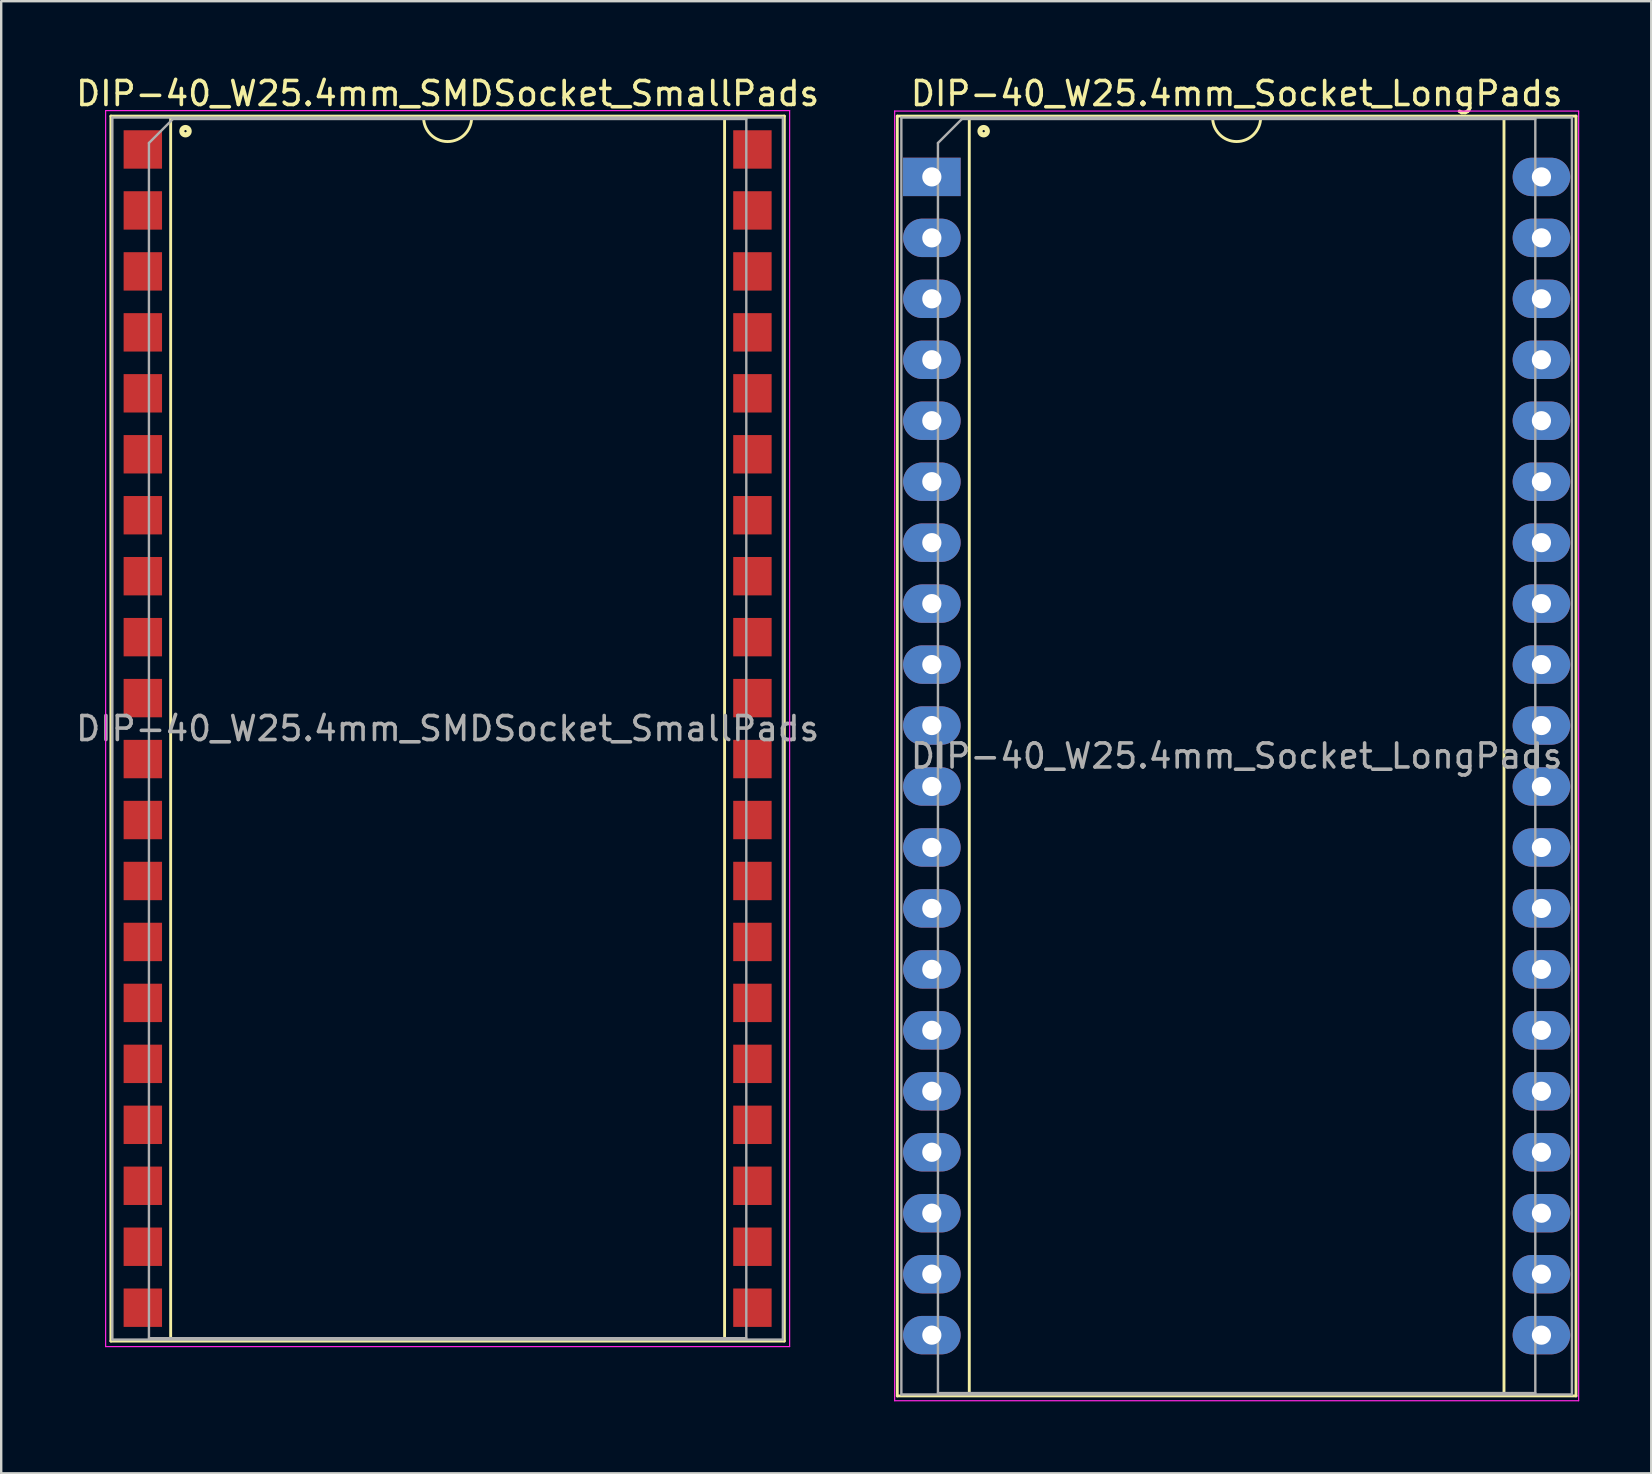
<source format=kicad_pcb>
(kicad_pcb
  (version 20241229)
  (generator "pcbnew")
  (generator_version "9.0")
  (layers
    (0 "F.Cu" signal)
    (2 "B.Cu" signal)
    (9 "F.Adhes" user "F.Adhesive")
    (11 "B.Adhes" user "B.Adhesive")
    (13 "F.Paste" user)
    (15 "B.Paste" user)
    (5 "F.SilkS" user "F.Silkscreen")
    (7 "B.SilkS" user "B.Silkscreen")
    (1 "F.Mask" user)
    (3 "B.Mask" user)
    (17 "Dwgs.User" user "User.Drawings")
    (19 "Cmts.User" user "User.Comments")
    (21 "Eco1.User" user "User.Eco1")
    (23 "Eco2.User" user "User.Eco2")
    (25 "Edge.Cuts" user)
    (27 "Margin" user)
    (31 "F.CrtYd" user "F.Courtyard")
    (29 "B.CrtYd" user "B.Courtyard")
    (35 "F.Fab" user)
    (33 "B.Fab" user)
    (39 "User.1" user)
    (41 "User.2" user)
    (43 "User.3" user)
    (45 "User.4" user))
  (footprint "DIP-40_W25.4mm_SMDSocket_SmallPads"
    (layer "F.Cu")
    (at 15.601 27.308)
    (property "Reference" "DIP-40_W25.4mm_SMDSocket_SmallPads" (at 0 -26.46 0) (layer "F.SilkS") (effects (font (size 1 1) (thickness 0.15))))
    (attr smd)
    (fp_line (start -14.03 -25.52) (end -14.03 25.52) (stroke (width 0.12) (type solid)) (layer "F.SilkS"))
    (fp_line (start -14.03 25.52) (end 14.03 25.52) (stroke (width 0.12) (type solid)) (layer "F.SilkS"))
    (fp_line (start -11.54 -25.46) (end -11.54 25.46) (stroke (width 0.12) (type solid)) (layer "F.SilkS"))
    (fp_line (start -11.54 25.46) (end 11.54 25.46) (stroke (width 0.12) (type solid)) (layer "F.SilkS"))
    (fp_line (start -1 -25.46) (end -11.54 -25.46) (stroke (width 0.12) (type solid)) (layer "F.SilkS"))
    (fp_line (start 11.54 -25.46) (end 1 -25.46) (stroke (width 0.12) (type solid)) (layer "F.SilkS"))
    (fp_line (start 11.54 25.46) (end 11.54 -25.46) (stroke (width 0.12) (type solid)) (layer "F.SilkS"))
    (fp_line (start 14.03 -25.52) (end -14.03 -25.52) (stroke (width 0.12) (type solid)) (layer "F.SilkS"))
    (fp_line (start 14.03 25.52) (end 14.03 -25.52) (stroke (width 0.12) (type solid)) (layer "F.SilkS"))
    (fp_arc (start 1 -25.46) (mid 0 -24.46) (end -1 -25.46) (stroke (width 0.12) (type solid)) (layer "F.SilkS"))
    (fp_circle (center -10.922 -24.892) (end -10.872 -24.892) (stroke (width 0.12) (type solid)) (fill no) (layer "F.SilkS"))
    (fp_circle (center -10.922 -24.892) (end -10.797 -24.892) (stroke (width 0.12) (type solid)) (fill no) (layer "F.SilkS"))
    (fp_circle (center -10.922 -24.892) (end -10.722 -24.892) (stroke (width 0.12) (type solid)) (fill no) (layer "F.SilkS"))
    (fp_line (start -14.25 -25.75) (end -14.25 25.75) (stroke (width 0.05) (type solid)) (layer "F.CrtYd"))
    (fp_line (start -14.25 25.75) (end 14.25 25.75) (stroke (width 0.05) (type solid)) (layer "F.CrtYd"))
    (fp_line (start 14.25 -25.75) (end -14.25 -25.75) (stroke (width 0.05) (type solid)) (layer "F.CrtYd"))
    (fp_line (start 14.25 25.75) (end 14.25 -25.75) (stroke (width 0.05) (type solid)) (layer "F.CrtYd"))
    (fp_line (start -13.97 -25.46) (end -13.97 25.46) (stroke (width 0.1) (type solid)) (layer "F.Fab"))
    (fp_line (start -13.97 25.46) (end 13.97 25.46) (stroke (width 0.1) (type solid)) (layer "F.Fab"))
    (fp_line (start -12.445 -24.4) (end -11.445 -25.4) (stroke (width 0.1) (type solid)) (layer "F.Fab"))
    (fp_line (start -12.445 25.4) (end -12.445 -24.4) (stroke (width 0.1) (type solid)) (layer "F.Fab"))
    (fp_line (start -11.445 -25.4) (end 12.445 -25.4) (stroke (width 0.1) (type solid)) (layer "F.Fab"))
    (fp_line (start 12.445 -25.4) (end 12.445 25.4) (stroke (width 0.1) (type solid)) (layer "F.Fab"))
    (fp_line (start 12.445 25.4) (end -12.445 25.4) (stroke (width 0.1) (type solid)) (layer "F.Fab"))
    (fp_line (start 13.97 -25.46) (end -13.97 -25.46) (stroke (width 0.1) (type solid)) (layer "F.Fab"))
    (fp_line (start 13.97 25.46) (end 13.97 -25.46) (stroke (width 0.1) (type solid)) (layer "F.Fab"))
    (fp_text user "${REFERENCE}" (at 0 0 0) (layer "F.Fab") (effects (font (size 1 1) (thickness 0.15))))
    (pad "1" smd rect (at -12.7 -24.13) (size 1.6 1.6) (layers "F.Cu" "F.Mask" "F.Paste"))
    (pad "2" smd rect (at -12.7 -21.59) (size 1.6 1.6) (layers "F.Cu" "F.Mask" "F.Paste"))
    (pad "3" smd rect (at -12.7 -19.05) (size 1.6 1.6) (layers "F.Cu" "F.Mask" "F.Paste"))
    (pad "4" smd rect (at -12.7 -16.51) (size 1.6 1.6) (layers "F.Cu" "F.Mask" "F.Paste"))
    (pad "5" smd rect (at -12.7 -13.97) (size 1.6 1.6) (layers "F.Cu" "F.Mask" "F.Paste"))
    (pad "6" smd rect (at -12.7 -11.43) (size 1.6 1.6) (layers "F.Cu" "F.Mask" "F.Paste"))
    (pad "7" smd rect (at -12.7 -8.89) (size 1.6 1.6) (layers "F.Cu" "F.Mask" "F.Paste"))
    (pad "8" smd rect (at -12.7 -6.35) (size 1.6 1.6) (layers "F.Cu" "F.Mask" "F.Paste"))
    (pad "9" smd rect (at -12.7 -3.81) (size 1.6 1.6) (layers "F.Cu" "F.Mask" "F.Paste"))
    (pad "10" smd rect (at -12.7 -1.27) (size 1.6 1.6) (layers "F.Cu" "F.Mask" "F.Paste"))
    (pad "11" smd rect (at -12.7 1.27) (size 1.6 1.6) (layers "F.Cu" "F.Mask" "F.Paste"))
    (pad "12" smd rect (at -12.7 3.81) (size 1.6 1.6) (layers "F.Cu" "F.Mask" "F.Paste"))
    (pad "13" smd rect (at -12.7 6.35) (size 1.6 1.6) (layers "F.Cu" "F.Mask" "F.Paste"))
    (pad "14" smd rect (at -12.7 8.89) (size 1.6 1.6) (layers "F.Cu" "F.Mask" "F.Paste"))
    (pad "15" smd rect (at -12.7 11.43) (size 1.6 1.6) (layers "F.Cu" "F.Mask" "F.Paste"))
    (pad "16" smd rect (at -12.7 13.97) (size 1.6 1.6) (layers "F.Cu" "F.Mask" "F.Paste"))
    (pad "17" smd rect (at -12.7 16.51) (size 1.6 1.6) (layers "F.Cu" "F.Mask" "F.Paste"))
    (pad "18" smd rect (at -12.7 19.05) (size 1.6 1.6) (layers "F.Cu" "F.Mask" "F.Paste"))
    (pad "19" smd rect (at -12.7 21.59) (size 1.6 1.6) (layers "F.Cu" "F.Mask" "F.Paste"))
    (pad "20" smd rect (at -12.7 24.13) (size 1.6 1.6) (layers "F.Cu" "F.Mask" "F.Paste"))
    (pad "21" smd rect (at 12.7 24.13) (size 1.6 1.6) (layers "F.Cu" "F.Mask" "F.Paste"))
    (pad "22" smd rect (at 12.7 21.59) (size 1.6 1.6) (layers "F.Cu" "F.Mask" "F.Paste"))
    (pad "23" smd rect (at 12.7 19.05) (size 1.6 1.6) (layers "F.Cu" "F.Mask" "F.Paste"))
    (pad "24" smd rect (at 12.7 16.51) (size 1.6 1.6) (layers "F.Cu" "F.Mask" "F.Paste"))
    (pad "25" smd rect (at 12.7 13.97) (size 1.6 1.6) (layers "F.Cu" "F.Mask" "F.Paste"))
    (pad "26" smd rect (at 12.7 11.43) (size 1.6 1.6) (layers "F.Cu" "F.Mask" "F.Paste"))
    (pad "27" smd rect (at 12.7 8.89) (size 1.6 1.6) (layers "F.Cu" "F.Mask" "F.Paste"))
    (pad "28" smd rect (at 12.7 6.35) (size 1.6 1.6) (layers "F.Cu" "F.Mask" "F.Paste"))
    (pad "29" smd rect (at 12.7 3.81) (size 1.6 1.6) (layers "F.Cu" "F.Mask" "F.Paste"))
    (pad "30" smd rect (at 12.7 1.27) (size 1.6 1.6) (layers "F.Cu" "F.Mask" "F.Paste"))
    (pad "31" smd rect (at 12.7 -1.27) (size 1.6 1.6) (layers "F.Cu" "F.Mask" "F.Paste"))
    (pad "32" smd rect (at 12.7 -3.81) (size 1.6 1.6) (layers "F.Cu" "F.Mask" "F.Paste"))
    (pad "33" smd rect (at 12.7 -6.35) (size 1.6 1.6) (layers "F.Cu" "F.Mask" "F.Paste"))
    (pad "34" smd rect (at 12.7 -8.89) (size 1.6 1.6) (layers "F.Cu" "F.Mask" "F.Paste"))
    (pad "35" smd rect (at 12.7 -11.43) (size 1.6 1.6) (layers "F.Cu" "F.Mask" "F.Paste"))
    (pad "36" smd rect (at 12.7 -13.97) (size 1.6 1.6) (layers "F.Cu" "F.Mask" "F.Paste"))
    (pad "37" smd rect (at 12.7 -16.51) (size 1.6 1.6) (layers "F.Cu" "F.Mask" "F.Paste"))
    (pad "38" smd rect (at 12.7 -19.05) (size 1.6 1.6) (layers "F.Cu" "F.Mask" "F.Paste"))
    (pad "39" smd rect (at 12.7 -21.59) (size 1.6 1.6) (layers "F.Cu" "F.Mask" "F.Paste"))
    (pad "40" smd rect (at 12.7 -24.13) (size 1.6 1.6) (layers "F.Cu" "F.Mask" "F.Paste")))
  (footprint "DIP-40_W25.4mm_Socket_LongPads"
    (layer "F.Cu")
    (at 35.777 4.321)
    (property "Reference" "DIP-40_W25.4mm_Socket_LongPads" (at 12.7 -3.473 0) (layer "F.SilkS") (effects (font (size 1 1) (thickness 0.15))))
    (attr through_hole)
    (fp_line (start -1.44 -2.533) (end -1.44 50.793) (stroke (width 0.12) (type solid)) (layer "F.SilkS"))
    (fp_line (start -1.44 50.793) (end 26.84 50.793) (stroke (width 0.12) (type solid)) (layer "F.SilkS"))
    (fp_line (start 1.56 -2.473) (end 1.56 50.733) (stroke (width 0.12) (type solid)) (layer "F.SilkS"))
    (fp_line (start 1.56 50.733) (end 23.84 50.733) (stroke (width 0.12) (type solid)) (layer "F.SilkS"))
    (fp_line (start 11.7 -2.473) (end 1.56 -2.473) (stroke (width 0.12) (type solid)) (layer "F.SilkS"))
    (fp_line (start 23.84 -2.473) (end 13.7 -2.473) (stroke (width 0.12) (type solid)) (layer "F.SilkS"))
    (fp_line (start 23.84 50.733) (end 23.84 -2.473) (stroke (width 0.12) (type solid)) (layer "F.SilkS"))
    (fp_line (start 26.84 -2.533) (end -1.44 -2.533) (stroke (width 0.12) (type solid)) (layer "F.SilkS"))
    (fp_line (start 26.84 50.793) (end 26.84 -2.533) (stroke (width 0.12) (type solid)) (layer "F.SilkS"))
    (fp_arc (start 13.7 -2.473) (mid 12.7 -1.473) (end 11.7 -2.473) (stroke (width 0.12) (type solid)) (layer "F.SilkS"))
    (fp_circle (center 2.159 -1.905) (end 2.209 -1.905) (stroke (width 0.12) (type solid)) (fill no) (layer "F.SilkS"))
    (fp_circle (center 2.159 -1.905) (end 2.284 -1.905) (stroke (width 0.12) (type solid)) (fill no) (layer "F.SilkS"))
    (fp_circle (center 2.159 -1.905) (end 2.359 -1.905) (stroke (width 0.12) (type solid)) (fill no) (layer "F.SilkS"))
    (fp_line (start -1.55 -2.743) (end -1.55 50.993) (stroke (width 0.05) (type solid)) (layer "F.CrtYd"))
    (fp_line (start -1.55 50.993) (end 26.95 50.993) (stroke (width 0.05) (type solid)) (layer "F.CrtYd"))
    (fp_line (start 26.95 -2.743) (end -1.55 -2.743) (stroke (width 0.05) (type solid)) (layer "F.CrtYd"))
    (fp_line (start 26.95 50.993) (end 26.95 -2.743) (stroke (width 0.05) (type solid)) (layer "F.CrtYd"))
    (fp_line (start -1.27 -2.473) (end -1.27 50.733) (stroke (width 0.1) (type solid)) (layer "F.Fab"))
    (fp_line (start -1.27 50.733) (end 26.67 50.733) (stroke (width 0.1) (type solid)) (layer "F.Fab"))
    (fp_line (start 0.255 -1.413) (end 1.255 -2.413) (stroke (width 0.1) (type solid)) (layer "F.Fab"))
    (fp_line (start 0.255 50.673) (end 0.255 -1.413) (stroke (width 0.1) (type solid)) (layer "F.Fab"))
    (fp_line (start 1.255 -2.413) (end 25.145 -2.413) (stroke (width 0.1) (type solid)) (layer "F.Fab"))
    (fp_line (start 25.145 -2.413) (end 25.145 50.673) (stroke (width 0.1) (type solid)) (layer "F.Fab"))
    (fp_line (start 25.145 50.673) (end 0.255 50.673) (stroke (width 0.1) (type solid)) (layer "F.Fab"))
    (fp_line (start 26.67 -2.473) (end -1.27 -2.473) (stroke (width 0.1) (type solid)) (layer "F.Fab"))
    (fp_line (start 26.67 50.733) (end 26.67 -2.473) (stroke (width 0.1) (type solid)) (layer "F.Fab"))
    (fp_text user "${REFERENCE}" (at 12.7 24.13 0) (layer "F.Fab") (effects (font (size 1 1) (thickness 0.15))))
    (pad "1" thru_hole rect (at 0 0) (size 2.4 1.6) (drill 0.8) (layers "*.Cu" "*.Mask"))
    (pad "2" thru_hole oval (at 0 2.54) (size 2.4 1.6) (drill 0.8) (layers "*.Cu" "*.Mask"))
    (pad "3" thru_hole oval (at 0 5.08) (size 2.4 1.6) (drill 0.8) (layers "*.Cu" "*.Mask"))
    (pad "4" thru_hole oval (at 0 7.62) (size 2.4 1.6) (drill 0.8) (layers "*.Cu" "*.Mask"))
    (pad "5" thru_hole oval (at 0 10.16) (size 2.4 1.6) (drill 0.8) (layers "*.Cu" "*.Mask"))
    (pad "6" thru_hole oval (at 0 12.7) (size 2.4 1.6) (drill 0.8) (layers "*.Cu" "*.Mask"))
    (pad "7" thru_hole oval (at 0 15.24) (size 2.4 1.6) (drill 0.8) (layers "*.Cu" "*.Mask"))
    (pad "8" thru_hole oval (at 0 17.78) (size 2.4 1.6) (drill 0.8) (layers "*.Cu" "*.Mask"))
    (pad "9" thru_hole oval (at 0 20.32) (size 2.4 1.6) (drill 0.8) (layers "*.Cu" "*.Mask"))
    (pad "10" thru_hole oval (at 0 22.86) (size 2.4 1.6) (drill 0.8) (layers "*.Cu" "*.Mask"))
    (pad "11" thru_hole oval (at 0 25.4) (size 2.4 1.6) (drill 0.8) (layers "*.Cu" "*.Mask"))
    (pad "12" thru_hole oval (at 0 27.94) (size 2.4 1.6) (drill 0.8) (layers "*.Cu" "*.Mask"))
    (pad "13" thru_hole oval (at 0 30.48) (size 2.4 1.6) (drill 0.8) (layers "*.Cu" "*.Mask"))
    (pad "14" thru_hole oval (at 0 33.02) (size 2.4 1.6) (drill 0.8) (layers "*.Cu" "*.Mask"))
    (pad "15" thru_hole oval (at 0 35.56) (size 2.4 1.6) (drill 0.8) (layers "*.Cu" "*.Mask"))
    (pad "16" thru_hole oval (at 0 38.1) (size 2.4 1.6) (drill 0.8) (layers "*.Cu" "*.Mask"))
    (pad "17" thru_hole oval (at 0 40.64) (size 2.4 1.6) (drill 0.8) (layers "*.Cu" "*.Mask"))
    (pad "18" thru_hole oval (at 0 43.18) (size 2.4 1.6) (drill 0.8) (layers "*.Cu" "*.Mask"))
    (pad "19" thru_hole oval (at 0 45.72) (size 2.4 1.6) (drill 0.8) (layers "*.Cu" "*.Mask"))
    (pad "20" thru_hole oval (at 0 48.26) (size 2.4 1.6) (drill 0.8) (layers "*.Cu" "*.Mask"))
    (pad "21" thru_hole oval (at 25.4 48.26) (size 2.4 1.6) (drill 0.8) (layers "*.Cu" "*.Mask"))
    (pad "22" thru_hole oval (at 25.4 45.72) (size 2.4 1.6) (drill 0.8) (layers "*.Cu" "*.Mask"))
    (pad "23" thru_hole oval (at 25.4 43.18) (size 2.4 1.6) (drill 0.8) (layers "*.Cu" "*.Mask"))
    (pad "24" thru_hole oval (at 25.4 40.64) (size 2.4 1.6) (drill 0.8) (layers "*.Cu" "*.Mask"))
    (pad "25" thru_hole oval (at 25.4 38.1) (size 2.4 1.6) (drill 0.8) (layers "*.Cu" "*.Mask"))
    (pad "26" thru_hole oval (at 25.4 35.56) (size 2.4 1.6) (drill 0.8) (layers "*.Cu" "*.Mask"))
    (pad "27" thru_hole oval (at 25.4 33.02) (size 2.4 1.6) (drill 0.8) (layers "*.Cu" "*.Mask"))
    (pad "28" thru_hole oval (at 25.4 30.48) (size 2.4 1.6) (drill 0.8) (layers "*.Cu" "*.Mask"))
    (pad "29" thru_hole oval (at 25.4 27.94) (size 2.4 1.6) (drill 0.8) (layers "*.Cu" "*.Mask"))
    (pad "30" thru_hole oval (at 25.4 25.4) (size 2.4 1.6) (drill 0.8) (layers "*.Cu" "*.Mask"))
    (pad "31" thru_hole oval (at 25.4 22.86) (size 2.4 1.6) (drill 0.8) (layers "*.Cu" "*.Mask"))
    (pad "32" thru_hole oval (at 25.4 20.32) (size 2.4 1.6) (drill 0.8) (layers "*.Cu" "*.Mask"))
    (pad "33" thru_hole oval (at 25.4 17.78) (size 2.4 1.6) (drill 0.8) (layers "*.Cu" "*.Mask"))
    (pad "34" thru_hole oval (at 25.4 15.24) (size 2.4 1.6) (drill 0.8) (layers "*.Cu" "*.Mask"))
    (pad "35" thru_hole oval (at 25.4 12.7) (size 2.4 1.6) (drill 0.8) (layers "*.Cu" "*.Mask"))
    (pad "36" thru_hole oval (at 25.4 10.16) (size 2.4 1.6) (drill 0.8) (layers "*.Cu" "*.Mask"))
    (pad "37" thru_hole oval (at 25.4 7.62) (size 2.4 1.6) (drill 0.8) (layers "*.Cu" "*.Mask"))
    (pad "38" thru_hole oval (at 25.4 5.08) (size 2.4 1.6) (drill 0.8) (layers "*.Cu" "*.Mask"))
    (pad "39" thru_hole oval (at 25.4 2.54) (size 2.4 1.6) (drill 0.8) (layers "*.Cu" "*.Mask"))
    (pad "40" thru_hole oval (at 25.4 0) (size 2.4 1.6) (drill 0.8) (layers "*.Cu" "*.Mask")))
  (gr_rect
    (start -3 -3)
    (end 65.752 58.339)
    (stroke (width 0.1) (type default))
    (fill no)
    (layer "Edge.Cuts")))
</source>
